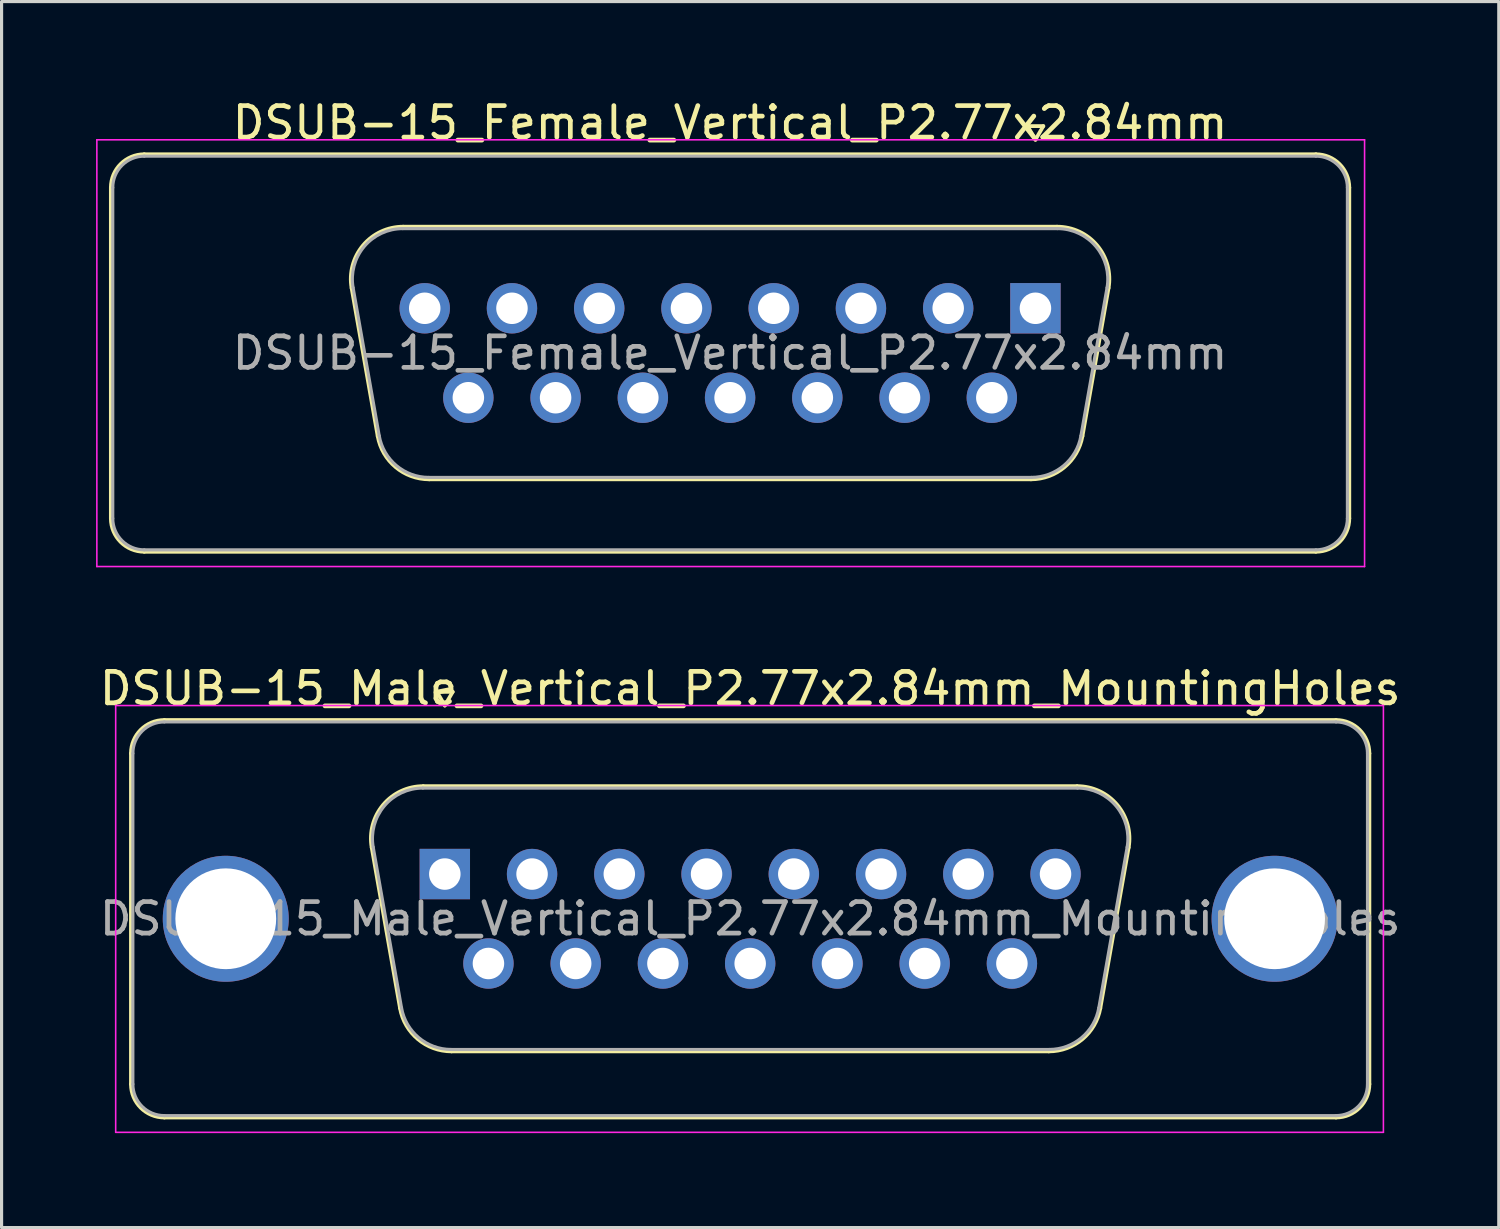
<source format=kicad_pcb>
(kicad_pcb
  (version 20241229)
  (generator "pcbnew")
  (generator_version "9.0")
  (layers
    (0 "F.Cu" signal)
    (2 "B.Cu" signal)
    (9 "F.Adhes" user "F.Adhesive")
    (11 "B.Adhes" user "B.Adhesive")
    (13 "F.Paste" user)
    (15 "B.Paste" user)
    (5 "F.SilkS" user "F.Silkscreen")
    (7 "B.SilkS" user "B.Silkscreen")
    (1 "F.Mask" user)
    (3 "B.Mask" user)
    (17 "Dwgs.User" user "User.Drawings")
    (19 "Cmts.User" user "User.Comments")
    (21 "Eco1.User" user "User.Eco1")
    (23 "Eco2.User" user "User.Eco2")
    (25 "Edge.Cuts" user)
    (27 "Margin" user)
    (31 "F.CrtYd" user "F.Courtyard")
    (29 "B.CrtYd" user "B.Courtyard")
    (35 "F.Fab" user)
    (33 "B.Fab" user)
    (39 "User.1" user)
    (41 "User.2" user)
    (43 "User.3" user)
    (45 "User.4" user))
  (footprint "DSUB-15_Female_Vertical_P2.77x2.84mm"
    (layer "F.Cu")
    (at 29.825 6.738)
    (property "Reference" "DSUB-15_Female_Vertical_P2.77x2.84mm" (at -9.695 -5.89 0) (layer "F.SilkS") (effects (font (size 1 1) (thickness 0.15))))
    (attr through_hole)
    (fp_line (start -29.355 6.67) (end -29.355 -3.83) (stroke (width 0.12) (type solid)) (layer "F.SilkS"))
    (fp_line (start -28.295 -4.89) (end 8.905 -4.89) (stroke (width 0.12) (type solid)) (layer "F.SilkS"))
    (fp_line (start -21.711 -0.642) (end -20.883 4.058) (stroke (width 0.12) (type solid)) (layer "F.SilkS"))
    (fp_line (start -20.077 -2.59) (end 0.687 -2.59) (stroke (width 0.12) (type solid)) (layer "F.SilkS"))
    (fp_line (start -19.248 5.43) (end -0.142 5.43) (stroke (width 0.12) (type solid)) (layer "F.SilkS"))
    (fp_line (start -0.25 -5.784) (end 0.25 -5.784) (stroke (width 0.12) (type solid)) (layer "F.SilkS"))
    (fp_line (start 0 -5.351) (end -0.25 -5.784) (stroke (width 0.12) (type solid)) (layer "F.SilkS"))
    (fp_line (start 0.25 -5.784) (end 0 -5.351) (stroke (width 0.12) (type solid)) (layer "F.SilkS"))
    (fp_line (start 2.321 -0.642) (end 1.493 4.058) (stroke (width 0.12) (type solid)) (layer "F.SilkS"))
    (fp_line (start 8.905 7.73) (end -28.295 7.73) (stroke (width 0.12) (type solid)) (layer "F.SilkS"))
    (fp_line (start 9.965 -3.83) (end 9.965 6.67) (stroke (width 0.12) (type solid)) (layer "F.SilkS"))
    (fp_arc (start -29.355 -3.83) (mid -29.044533 -4.579533) (end -28.295 -4.89) (stroke (width 0.12) (type solid)) (layer "F.SilkS"))
    (fp_arc (start -28.295 7.73) (mid -29.044533 7.419533) (end -29.355 6.67) (stroke (width 0.12) (type solid)) (layer "F.SilkS"))
    (fp_arc (start -21.71147 -0.641744) (mid -21.348323 -1.997028) (end -20.076689 -2.59) (stroke (width 0.12) (type solid)) (layer "F.SilkS"))
    (fp_arc (start -19.247952 5.43) (mid -20.31498 5.041634) (end -20.882733 4.058256) (stroke (width 0.12) (type solid)) (layer "F.SilkS"))
    (fp_arc (start 0.686689 -2.59) (mid 1.958323 -1.997027) (end 2.32147 -0.641744) (stroke (width 0.12) (type solid)) (layer "F.SilkS"))
    (fp_arc (start 1.492733 4.058256) (mid 0.92498 5.041634) (end -0.142048 5.43) (stroke (width 0.12) (type solid)) (layer "F.SilkS"))
    (fp_arc (start 8.905 -4.89) (mid 9.654533 -4.579533) (end 9.965 -3.83) (stroke (width 0.12) (type solid)) (layer "F.SilkS"))
    (fp_arc (start 9.965 6.67) (mid 9.654533 7.419533) (end 8.905 7.73) (stroke (width 0.12) (type solid)) (layer "F.SilkS"))
    (fp_line (start -29.8 -5.35) (end -29.8 8.2) (stroke (width 0.05) (type solid)) (layer "F.CrtYd"))
    (fp_line (start -29.8 8.2) (end 10.45 8.2) (stroke (width 0.05) (type solid)) (layer "F.CrtYd"))
    (fp_line (start 10.45 -5.35) (end -29.8 -5.35) (stroke (width 0.05) (type solid)) (layer "F.CrtYd"))
    (fp_line (start 10.45 8.2) (end 10.45 -5.35) (stroke (width 0.05) (type solid)) (layer "F.CrtYd"))
    (fp_line (start -29.295 6.67) (end -29.295 -3.83) (stroke (width 0.1) (type solid)) (layer "F.Fab"))
    (fp_line (start -28.295 -4.83) (end 8.905 -4.83) (stroke (width 0.1) (type solid)) (layer "F.Fab"))
    (fp_line (start -21.664 -0.652) (end -20.835 4.048) (stroke (width 0.1) (type solid)) (layer "F.Fab"))
    (fp_line (start -20.088 -2.53) (end 0.698 -2.53) (stroke (width 0.1) (type solid)) (layer "F.Fab"))
    (fp_line (start -19.259 5.37) (end -0.131 5.37) (stroke (width 0.1) (type solid)) (layer "F.Fab"))
    (fp_line (start 2.274 -0.652) (end 1.445 4.048) (stroke (width 0.1) (type solid)) (layer "F.Fab"))
    (fp_line (start 8.905 7.67) (end -28.295 7.67) (stroke (width 0.1) (type solid)) (layer "F.Fab"))
    (fp_line (start 9.905 -3.83) (end 9.905 6.67) (stroke (width 0.1) (type solid)) (layer "F.Fab"))
    (fp_arc (start -29.295 -3.83) (mid -29.002107 -4.537107) (end -28.295 -4.83) (stroke (width 0.1) (type solid)) (layer "F.Fab"))
    (fp_arc (start -28.295 7.67) (mid -29.002107 7.377107) (end -29.295 6.67) (stroke (width 0.1) (type solid)) (layer "F.Fab"))
    (fp_arc (start -21.663886 -0.652163) (mid -21.313865 -1.95846) (end -20.088194 -2.53) (stroke (width 0.1) (type solid)) (layer "F.Fab"))
    (fp_arc (start -19.259457 5.37) (mid -20.287917 4.995671) (end -20.835149 4.047837) (stroke (width 0.1) (type solid)) (layer "F.Fab"))
    (fp_arc (start 0.698194 -2.53) (mid 1.923865 -1.95846) (end 2.273886 -0.652163) (stroke (width 0.1) (type solid)) (layer "F.Fab"))
    (fp_arc (start 1.445149 4.047837) (mid 0.897917 4.995671) (end -0.130543 5.37) (stroke (width 0.1) (type solid)) (layer "F.Fab"))
    (fp_arc (start 8.905 -4.83) (mid 9.612107 -4.537107) (end 9.905 -3.83) (stroke (width 0.1) (type solid)) (layer "F.Fab"))
    (fp_arc (start 9.905 6.67) (mid 9.612107 7.377107) (end 8.905 7.67) (stroke (width 0.1) (type solid)) (layer "F.Fab"))
    (fp_text user "${REFERENCE}" (at -9.695 1.42 0) (layer "F.Fab") (effects (font (size 1 1) (thickness 0.15))))
    (pad "1" thru_hole rect (at 0 0) (size 1.6 1.6) (drill 1) (layers "*.Cu" "*.Mask"))
    (pad "2" thru_hole circle (at -2.77 0) (size 1.6 1.6) (drill 1) (layers "*.Cu" "*.Mask"))
    (pad "3" thru_hole circle (at -5.54 0) (size 1.6 1.6) (drill 1) (layers "*.Cu" "*.Mask"))
    (pad "4" thru_hole circle (at -8.31 0) (size 1.6 1.6) (drill 1) (layers "*.Cu" "*.Mask"))
    (pad "5" thru_hole circle (at -11.08 0) (size 1.6 1.6) (drill 1) (layers "*.Cu" "*.Mask"))
    (pad "6" thru_hole circle (at -13.85 0) (size 1.6 1.6) (drill 1) (layers "*.Cu" "*.Mask"))
    (pad "7" thru_hole circle (at -16.62 0) (size 1.6 1.6) (drill 1) (layers "*.Cu" "*.Mask"))
    (pad "8" thru_hole circle (at -19.39 0) (size 1.6 1.6) (drill 1) (layers "*.Cu" "*.Mask"))
    (pad "9" thru_hole circle (at -1.385 2.84) (size 1.6 1.6) (drill 1) (layers "*.Cu" "*.Mask"))
    (pad "10" thru_hole circle (at -4.155 2.84) (size 1.6 1.6) (drill 1) (layers "*.Cu" "*.Mask"))
    (pad "11" thru_hole circle (at -6.925 2.84) (size 1.6 1.6) (drill 1) (layers "*.Cu" "*.Mask"))
    (pad "12" thru_hole circle (at -9.695 2.84) (size 1.6 1.6) (drill 1) (layers "*.Cu" "*.Mask"))
    (pad "13" thru_hole circle (at -12.465 2.84) (size 1.6 1.6) (drill 1) (layers "*.Cu" "*.Mask"))
    (pad "14" thru_hole circle (at -15.235 2.84) (size 1.6 1.6) (drill 1) (layers "*.Cu" "*.Mask"))
    (pad "15" thru_hole circle (at -18.005 2.84) (size 1.6 1.6) (drill 1) (layers "*.Cu" "*.Mask")))
  (footprint "DSUB-15_Male_Vertical_P2.77x2.84mm_MountingHoles"
    (layer "F.Cu")
    (at 11.073 24.701)
    (property "Reference" "DSUB-15_Male_Vertical_P2.77x2.84mm_MountingHoles" (at 9.695 -5.89 0) (layer "F.SilkS") (effects (font (size 1 1) (thickness 0.15))))
    (attr through_hole)
    (fp_line (start -9.965 6.67) (end -9.965 -3.83) (stroke (width 0.12) (type solid)) (layer "F.SilkS"))
    (fp_line (start -8.905 -4.89) (end 28.295 -4.89) (stroke (width 0.12) (type solid)) (layer "F.SilkS"))
    (fp_line (start -2.321 -0.842) (end -1.422 4.258) (stroke (width 0.12) (type solid)) (layer "F.SilkS"))
    (fp_line (start -0.687 -2.79) (end 20.077 -2.79) (stroke (width 0.12) (type solid)) (layer "F.SilkS"))
    (fp_line (start -0.25 -5.784) (end 0.25 -5.784) (stroke (width 0.12) (type solid)) (layer "F.SilkS"))
    (fp_line (start 0 -5.351) (end -0.25 -5.784) (stroke (width 0.12) (type solid)) (layer "F.SilkS"))
    (fp_line (start 0.213 5.63) (end 19.177 5.63) (stroke (width 0.12) (type solid)) (layer "F.SilkS"))
    (fp_line (start 0.25 -5.784) (end 0 -5.351) (stroke (width 0.12) (type solid)) (layer "F.SilkS"))
    (fp_line (start 21.711 -0.842) (end 20.812 4.258) (stroke (width 0.12) (type solid)) (layer "F.SilkS"))
    (fp_line (start 28.295 7.73) (end -8.905 7.73) (stroke (width 0.12) (type solid)) (layer "F.SilkS"))
    (fp_line (start 29.355 -3.83) (end 29.355 6.67) (stroke (width 0.12) (type solid)) (layer "F.SilkS"))
    (fp_arc (start -9.965 -3.83) (mid -9.654533 -4.579533) (end -8.905 -4.89) (stroke (width 0.12) (type solid)) (layer "F.SilkS"))
    (fp_arc (start -8.905 7.73) (mid -9.654533 7.419533) (end -9.965 6.67) (stroke (width 0.12) (type solid)) (layer "F.SilkS"))
    (fp_arc (start -2.32147 -0.841744) (mid -1.958323 -2.197028) (end -0.686689 -2.79) (stroke (width 0.12) (type solid)) (layer "F.SilkS"))
    (fp_arc (start 0.212579 5.63) (mid -0.854449 5.241634) (end -1.422202 4.258256) (stroke (width 0.12) (type solid)) (layer "F.SilkS"))
    (fp_arc (start 20.076689 -2.79) (mid 21.348323 -2.197027) (end 21.71147 -0.841744) (stroke (width 0.12) (type solid)) (layer "F.SilkS"))
    (fp_arc (start 20.812202 4.258256) (mid 20.244449 5.241634) (end 19.177421 5.63) (stroke (width 0.12) (type solid)) (layer "F.SilkS"))
    (fp_arc (start 28.295 -4.89) (mid 29.044533 -4.579533) (end 29.355 -3.83) (stroke (width 0.12) (type solid)) (layer "F.SilkS"))
    (fp_arc (start 29.355 6.67) (mid 29.044533 7.419533) (end 28.295 7.73) (stroke (width 0.12) (type solid)) (layer "F.SilkS"))
    (fp_line (start -10.45 -5.35) (end -10.45 8.2) (stroke (width 0.05) (type solid)) (layer "F.CrtYd"))
    (fp_line (start -10.45 8.2) (end 29.8 8.2) (stroke (width 0.05) (type solid)) (layer "F.CrtYd"))
    (fp_line (start 29.8 -5.35) (end -10.45 -5.35) (stroke (width 0.05) (type solid)) (layer "F.CrtYd"))
    (fp_line (start 29.8 8.2) (end 29.8 -5.35) (stroke (width 0.05) (type solid)) (layer "F.CrtYd"))
    (fp_line (start -9.905 6.67) (end -9.905 -3.83) (stroke (width 0.1) (type solid)) (layer "F.Fab"))
    (fp_line (start -8.905 -4.83) (end 28.295 -4.83) (stroke (width 0.1) (type solid)) (layer "F.Fab"))
    (fp_line (start -2.274 -0.852) (end -1.375 4.248) (stroke (width 0.1) (type solid)) (layer "F.Fab"))
    (fp_line (start -0.698 -2.73) (end 20.088 -2.73) (stroke (width 0.1) (type solid)) (layer "F.Fab"))
    (fp_line (start 0.201 5.57) (end 19.189 5.57) (stroke (width 0.1) (type solid)) (layer "F.Fab"))
    (fp_line (start 21.664 -0.852) (end 20.765 4.248) (stroke (width 0.1) (type solid)) (layer "F.Fab"))
    (fp_line (start 28.295 7.67) (end -8.905 7.67) (stroke (width 0.1) (type solid)) (layer "F.Fab"))
    (fp_line (start 29.295 -3.83) (end 29.295 6.67) (stroke (width 0.1) (type solid)) (layer "F.Fab"))
    (fp_arc (start -9.905 -3.83) (mid -9.612107 -4.537107) (end -8.905 -4.83) (stroke (width 0.1) (type solid)) (layer "F.Fab"))
    (fp_arc (start -8.905 7.67) (mid -9.612107 7.377107) (end -9.905 6.67) (stroke (width 0.1) (type solid)) (layer "F.Fab"))
    (fp_arc (start -2.273886 -0.852163) (mid -1.923865 -2.15846) (end -0.698194 -2.73) (stroke (width 0.1) (type solid)) (layer "F.Fab"))
    (fp_arc (start 0.201073 5.57) (mid -0.827387 5.195671) (end -1.374619 4.247837) (stroke (width 0.1) (type solid)) (layer "F.Fab"))
    (fp_arc (start 20.088194 -2.73) (mid 21.313865 -2.15846) (end 21.663886 -0.852163) (stroke (width 0.1) (type solid)) (layer "F.Fab"))
    (fp_arc (start 20.764619 4.247837) (mid 20.217387 5.195671) (end 19.188927 5.57) (stroke (width 0.1) (type solid)) (layer "F.Fab"))
    (fp_arc (start 28.295 -4.83) (mid 29.002107 -4.537107) (end 29.295 -3.83) (stroke (width 0.1) (type solid)) (layer "F.Fab"))
    (fp_arc (start 29.295 6.67) (mid 29.002107 7.377107) (end 28.295 7.67) (stroke (width 0.1) (type solid)) (layer "F.Fab"))
    (fp_text user "${REFERENCE}" (at 9.695 1.42 0) (layer "F.Fab") (effects (font (size 1 1) (thickness 0.15))))
    (pad "0" thru_hole circle (at -6.955 1.42) (size 4 4) (drill 3.2) (layers "*.Cu" "*.Mask"))
    (pad "0" thru_hole circle (at 26.345 1.42) (size 4 4) (drill 3.2) (layers "*.Cu" "*.Mask"))
    (pad "1" thru_hole rect (at 0 0) (size 1.6 1.6) (drill 1) (layers "*.Cu" "*.Mask"))
    (pad "2" thru_hole circle (at 2.77 0) (size 1.6 1.6) (drill 1) (layers "*.Cu" "*.Mask"))
    (pad "3" thru_hole circle (at 5.54 0) (size 1.6 1.6) (drill 1) (layers "*.Cu" "*.Mask"))
    (pad "4" thru_hole circle (at 8.31 0) (size 1.6 1.6) (drill 1) (layers "*.Cu" "*.Mask"))
    (pad "5" thru_hole circle (at 11.08 0) (size 1.6 1.6) (drill 1) (layers "*.Cu" "*.Mask"))
    (pad "6" thru_hole circle (at 13.85 0) (size 1.6 1.6) (drill 1) (layers "*.Cu" "*.Mask"))
    (pad "7" thru_hole circle (at 16.62 0) (size 1.6 1.6) (drill 1) (layers "*.Cu" "*.Mask"))
    (pad "8" thru_hole circle (at 19.39 0) (size 1.6 1.6) (drill 1) (layers "*.Cu" "*.Mask"))
    (pad "9" thru_hole circle (at 1.385 2.84) (size 1.6 1.6) (drill 1) (layers "*.Cu" "*.Mask"))
    (pad "10" thru_hole circle (at 4.155 2.84) (size 1.6 1.6) (drill 1) (layers "*.Cu" "*.Mask"))
    (pad "11" thru_hole circle (at 6.925 2.84) (size 1.6 1.6) (drill 1) (layers "*.Cu" "*.Mask"))
    (pad "12" thru_hole circle (at 9.695 2.84) (size 1.6 1.6) (drill 1) (layers "*.Cu" "*.Mask"))
    (pad "13" thru_hole circle (at 12.465 2.84) (size 1.6 1.6) (drill 1) (layers "*.Cu" "*.Mask"))
    (pad "14" thru_hole circle (at 15.235 2.84) (size 1.6 1.6) (drill 1) (layers "*.Cu" "*.Mask"))
    (pad "15" thru_hole circle (at 18.005 2.84) (size 1.6 1.6) (drill 1) (layers "*.Cu" "*.Mask")))
  (gr_rect
    (start -3 -3)
    (end 44.536 35.926)
    (stroke (width 0.1) (type default))
    (fill no)
    (layer "Edge.Cuts")))
</source>
